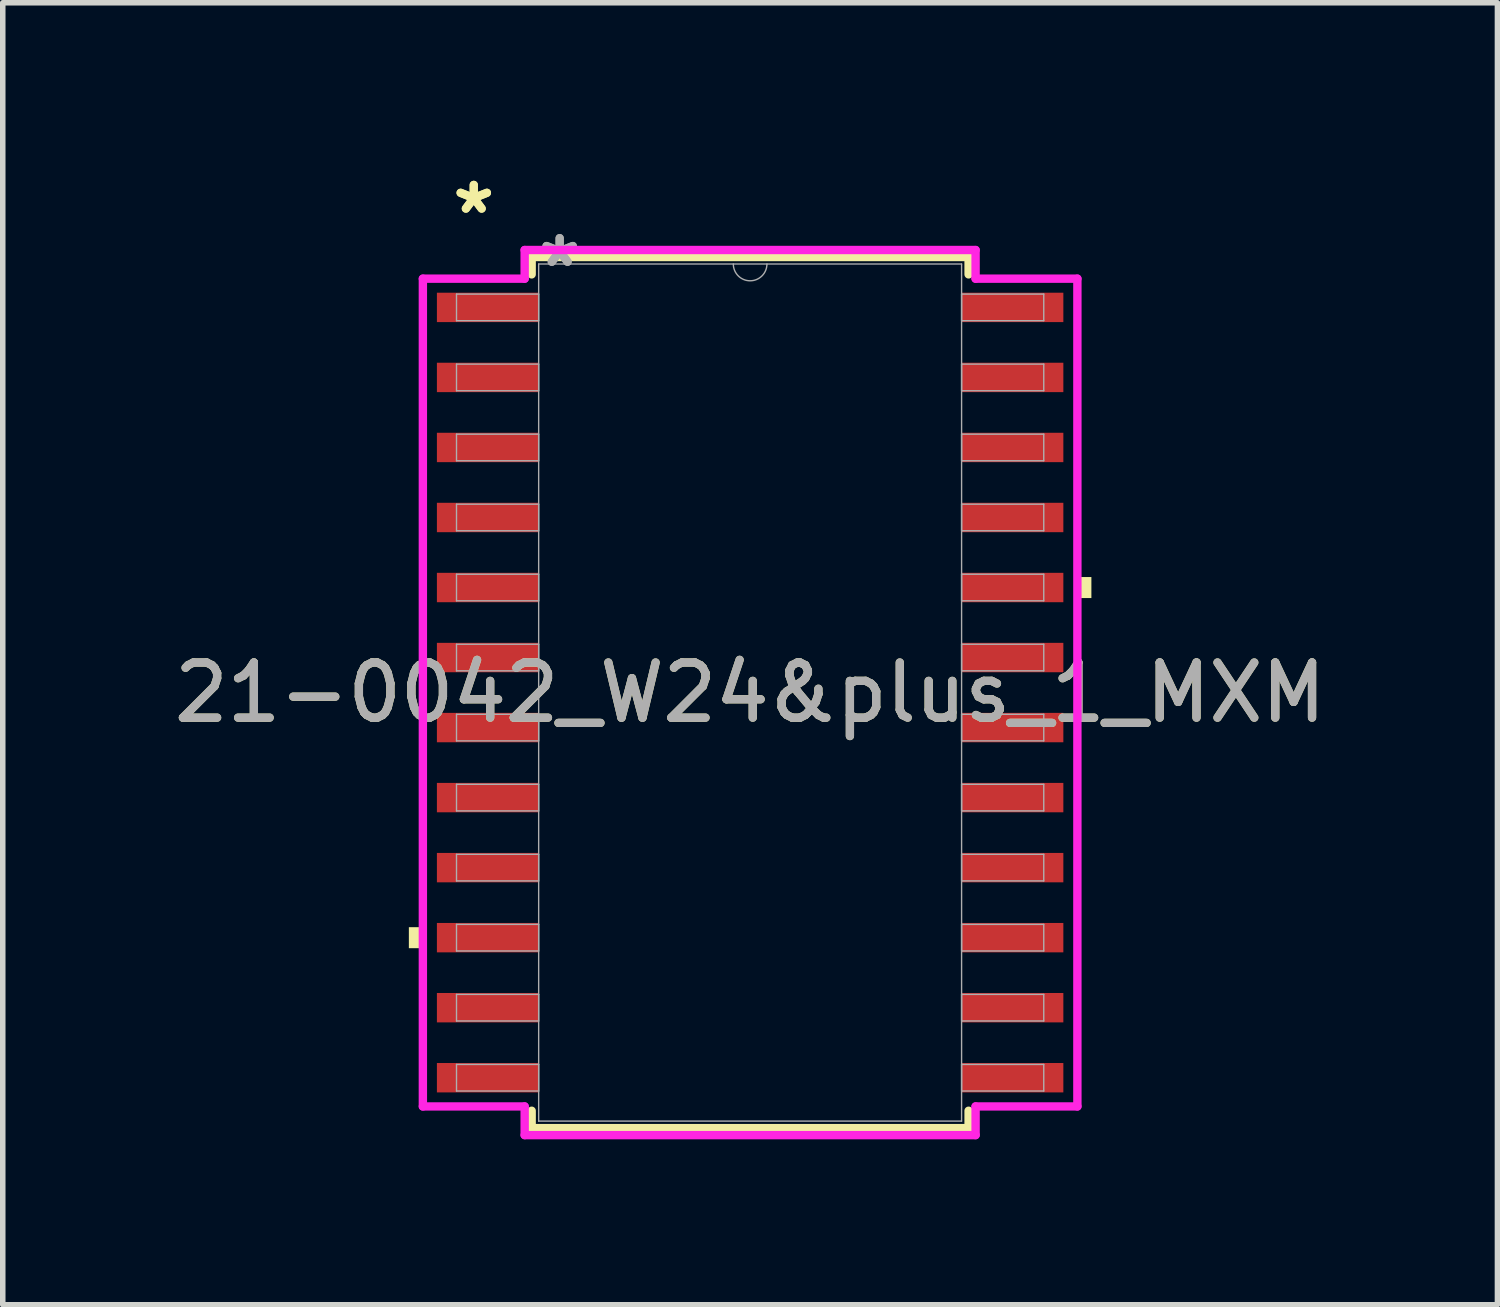
<source format=kicad_pcb>
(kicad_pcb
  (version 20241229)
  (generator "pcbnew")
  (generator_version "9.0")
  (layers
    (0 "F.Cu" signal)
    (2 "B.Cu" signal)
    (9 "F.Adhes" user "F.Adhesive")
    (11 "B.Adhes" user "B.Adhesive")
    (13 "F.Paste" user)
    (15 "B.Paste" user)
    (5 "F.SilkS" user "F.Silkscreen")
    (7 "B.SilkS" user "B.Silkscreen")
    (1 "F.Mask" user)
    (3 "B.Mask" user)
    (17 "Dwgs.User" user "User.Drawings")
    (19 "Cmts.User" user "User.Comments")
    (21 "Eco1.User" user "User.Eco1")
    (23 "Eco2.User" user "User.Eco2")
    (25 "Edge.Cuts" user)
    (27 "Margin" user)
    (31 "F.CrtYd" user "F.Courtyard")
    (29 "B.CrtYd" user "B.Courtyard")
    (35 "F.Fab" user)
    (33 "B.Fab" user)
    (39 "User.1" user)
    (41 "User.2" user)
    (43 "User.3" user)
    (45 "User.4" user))
  (footprint "21-0042_W24&plus_1_MXM"
    (layer "F.Cu")
    (at 10.554 9.51)
    (property "Reference" "21-0042_W24&plus_1_MXM" (at 0 0 0) (unlocked yes) (layer "F.SilkS") (effects (font (size 1 1) (thickness 0.15))))
    (attr smd)
    (fp_line (start -3.962 -7.899) (end -3.962 -7.584) (stroke (width 0.152) (type solid)) (layer "F.SilkS"))
    (fp_line (start -3.962 7.584) (end -3.962 7.899) (stroke (width 0.152) (type solid)) (layer "F.SilkS"))
    (fp_line (start -3.962 7.899) (end 3.962 7.899) (stroke (width 0.152) (type solid)) (layer "F.SilkS"))
    (fp_line (start 3.962 -7.899) (end -3.962 -7.899) (stroke (width 0.152) (type solid)) (layer "F.SilkS"))
    (fp_line (start 3.962 -7.584) (end 3.962 -7.899) (stroke (width 0.152) (type solid)) (layer "F.SilkS"))
    (fp_line (start 3.962 7.899) (end 3.962 7.584) (stroke (width 0.152) (type solid)) (layer "F.SilkS"))
    (fp_poly (pts (xy -6.189 4.255) (xy -6.189 4.636) (xy -5.935 4.636) (xy -5.935 4.255)) (stroke (width 0) (type solid)) (fill yes) (layer "F.SilkS"))
    (fp_poly (pts (xy 6.189 -2.095) (xy 6.189 -1.714) (xy 5.935 -1.714) (xy 5.935 -2.095)) (stroke (width 0) (type solid)) (fill yes) (layer "F.SilkS"))
    (fp_line (start -5.935 -7.506) (end -4.089 -7.506) (stroke (width 0.152) (type solid)) (layer "F.CrtYd"))
    (fp_line (start -5.935 7.506) (end -5.935 -7.506) (stroke (width 0.152) (type solid)) (layer "F.CrtYd"))
    (fp_line (start -5.935 7.506) (end -4.089 7.506) (stroke (width 0.152) (type solid)) (layer "F.CrtYd"))
    (fp_line (start -4.089 -8.026) (end 4.089 -8.026) (stroke (width 0.152) (type solid)) (layer "F.CrtYd"))
    (fp_line (start -4.089 -7.506) (end -4.089 -8.026) (stroke (width 0.152) (type solid)) (layer "F.CrtYd"))
    (fp_line (start -4.089 8.026) (end -4.089 7.506) (stroke (width 0.152) (type solid)) (layer "F.CrtYd"))
    (fp_line (start 4.089 -8.026) (end 4.089 -7.506) (stroke (width 0.152) (type solid)) (layer "F.CrtYd"))
    (fp_line (start 4.089 7.506) (end 4.089 8.026) (stroke (width 0.152) (type solid)) (layer "F.CrtYd"))
    (fp_line (start 4.089 8.026) (end -4.089 8.026) (stroke (width 0.152) (type solid)) (layer "F.CrtYd"))
    (fp_line (start 5.935 -7.506) (end 4.089 -7.506) (stroke (width 0.152) (type solid)) (layer "F.CrtYd"))
    (fp_line (start 5.935 -7.506) (end 5.935 7.506) (stroke (width 0.152) (type solid)) (layer "F.CrtYd"))
    (fp_line (start 5.935 7.506) (end 4.089 7.506) (stroke (width 0.152) (type solid)) (layer "F.CrtYd"))
    (fp_line (start -5.325 -7.226) (end -5.325 -6.744) (stroke (width 0.025) (type solid)) (layer "F.Fab"))
    (fp_line (start -5.325 -6.744) (end -3.835 -6.744) (stroke (width 0.025) (type solid)) (layer "F.Fab"))
    (fp_line (start -5.325 -5.956) (end -5.325 -5.474) (stroke (width 0.025) (type solid)) (layer "F.Fab"))
    (fp_line (start -5.325 -5.474) (end -3.835 -5.474) (stroke (width 0.025) (type solid)) (layer "F.Fab"))
    (fp_line (start -5.325 -4.686) (end -5.325 -4.204) (stroke (width 0.025) (type solid)) (layer "F.Fab"))
    (fp_line (start -5.325 -4.204) (end -3.835 -4.204) (stroke (width 0.025) (type solid)) (layer "F.Fab"))
    (fp_line (start -5.325 -3.416) (end -5.325 -2.934) (stroke (width 0.025) (type solid)) (layer "F.Fab"))
    (fp_line (start -5.325 -2.934) (end -3.835 -2.934) (stroke (width 0.025) (type solid)) (layer "F.Fab"))
    (fp_line (start -5.325 -2.146) (end -5.325 -1.664) (stroke (width 0.025) (type solid)) (layer "F.Fab"))
    (fp_line (start -5.325 -1.664) (end -3.835 -1.664) (stroke (width 0.025) (type solid)) (layer "F.Fab"))
    (fp_line (start -5.325 -0.876) (end -5.325 -0.394) (stroke (width 0.025) (type solid)) (layer "F.Fab"))
    (fp_line (start -5.325 -0.394) (end -3.835 -0.394) (stroke (width 0.025) (type solid)) (layer "F.Fab"))
    (fp_line (start -5.325 0.394) (end -5.325 0.876) (stroke (width 0.025) (type solid)) (layer "F.Fab"))
    (fp_line (start -5.325 0.876) (end -3.835 0.876) (stroke (width 0.025) (type solid)) (layer "F.Fab"))
    (fp_line (start -5.325 1.664) (end -5.325 2.146) (stroke (width 0.025) (type solid)) (layer "F.Fab"))
    (fp_line (start -5.325 2.146) (end -3.835 2.146) (stroke (width 0.025) (type solid)) (layer "F.Fab"))
    (fp_line (start -5.325 2.934) (end -5.325 3.416) (stroke (width 0.025) (type solid)) (layer "F.Fab"))
    (fp_line (start -5.325 3.416) (end -3.835 3.416) (stroke (width 0.025) (type solid)) (layer "F.Fab"))
    (fp_line (start -5.325 4.204) (end -5.325 4.686) (stroke (width 0.025) (type solid)) (layer "F.Fab"))
    (fp_line (start -5.325 4.686) (end -3.835 4.686) (stroke (width 0.025) (type solid)) (layer "F.Fab"))
    (fp_line (start -5.325 5.474) (end -5.325 5.956) (stroke (width 0.025) (type solid)) (layer "F.Fab"))
    (fp_line (start -5.325 5.956) (end -3.835 5.956) (stroke (width 0.025) (type solid)) (layer "F.Fab"))
    (fp_line (start -5.325 6.744) (end -5.325 7.226) (stroke (width 0.025) (type solid)) (layer "F.Fab"))
    (fp_line (start -5.325 7.226) (end -3.835 7.226) (stroke (width 0.025) (type solid)) (layer "F.Fab"))
    (fp_line (start -3.835 -7.772) (end -3.835 7.772) (stroke (width 0.025) (type solid)) (layer "F.Fab"))
    (fp_line (start -3.835 -7.226) (end -5.325 -7.226) (stroke (width 0.025) (type solid)) (layer "F.Fab"))
    (fp_line (start -3.835 -6.744) (end -3.835 -7.226) (stroke (width 0.025) (type solid)) (layer "F.Fab"))
    (fp_line (start -3.835 -5.956) (end -5.325 -5.956) (stroke (width 0.025) (type solid)) (layer "F.Fab"))
    (fp_line (start -3.835 -5.474) (end -3.835 -5.956) (stroke (width 0.025) (type solid)) (layer "F.Fab"))
    (fp_line (start -3.835 -4.686) (end -5.325 -4.686) (stroke (width 0.025) (type solid)) (layer "F.Fab"))
    (fp_line (start -3.835 -4.204) (end -3.835 -4.686) (stroke (width 0.025) (type solid)) (layer "F.Fab"))
    (fp_line (start -3.835 -3.416) (end -5.325 -3.416) (stroke (width 0.025) (type solid)) (layer "F.Fab"))
    (fp_line (start -3.835 -2.934) (end -3.835 -3.416) (stroke (width 0.025) (type solid)) (layer "F.Fab"))
    (fp_line (start -3.835 -2.146) (end -5.325 -2.146) (stroke (width 0.025) (type solid)) (layer "F.Fab"))
    (fp_line (start -3.835 -1.664) (end -3.835 -2.146) (stroke (width 0.025) (type solid)) (layer "F.Fab"))
    (fp_line (start -3.835 -0.876) (end -5.325 -0.876) (stroke (width 0.025) (type solid)) (layer "F.Fab"))
    (fp_line (start -3.835 -0.394) (end -3.835 -0.876) (stroke (width 0.025) (type solid)) (layer "F.Fab"))
    (fp_line (start -3.835 0.394) (end -5.325 0.394) (stroke (width 0.025) (type solid)) (layer "F.Fab"))
    (fp_line (start -3.835 0.876) (end -3.835 0.394) (stroke (width 0.025) (type solid)) (layer "F.Fab"))
    (fp_line (start -3.835 1.664) (end -5.325 1.664) (stroke (width 0.025) (type solid)) (layer "F.Fab"))
    (fp_line (start -3.835 2.146) (end -3.835 1.664) (stroke (width 0.025) (type solid)) (layer "F.Fab"))
    (fp_line (start -3.835 2.934) (end -5.325 2.934) (stroke (width 0.025) (type solid)) (layer "F.Fab"))
    (fp_line (start -3.835 3.416) (end -3.835 2.934) (stroke (width 0.025) (type solid)) (layer "F.Fab"))
    (fp_line (start -3.835 4.204) (end -5.325 4.204) (stroke (width 0.025) (type solid)) (layer "F.Fab"))
    (fp_line (start -3.835 4.686) (end -3.835 4.204) (stroke (width 0.025) (type solid)) (layer "F.Fab"))
    (fp_line (start -3.835 5.474) (end -5.325 5.474) (stroke (width 0.025) (type solid)) (layer "F.Fab"))
    (fp_line (start -3.835 5.956) (end -3.835 5.474) (stroke (width 0.025) (type solid)) (layer "F.Fab"))
    (fp_line (start -3.835 6.744) (end -5.325 6.744) (stroke (width 0.025) (type solid)) (layer "F.Fab"))
    (fp_line (start -3.835 7.226) (end -3.835 6.744) (stroke (width 0.025) (type solid)) (layer "F.Fab"))
    (fp_line (start -3.835 7.772) (end 3.835 7.772) (stroke (width 0.025) (type solid)) (layer "F.Fab"))
    (fp_line (start 3.835 -7.772) (end -3.835 -7.772) (stroke (width 0.025) (type solid)) (layer "F.Fab"))
    (fp_line (start 3.835 -7.226) (end 3.835 -6.744) (stroke (width 0.025) (type solid)) (layer "F.Fab"))
    (fp_line (start 3.835 -6.744) (end 5.325 -6.744) (stroke (width 0.025) (type solid)) (layer "F.Fab"))
    (fp_line (start 3.835 -5.956) (end 3.835 -5.474) (stroke (width 0.025) (type solid)) (layer "F.Fab"))
    (fp_line (start 3.835 -5.474) (end 5.325 -5.474) (stroke (width 0.025) (type solid)) (layer "F.Fab"))
    (fp_line (start 3.835 -4.686) (end 3.835 -4.204) (stroke (width 0.025) (type solid)) (layer "F.Fab"))
    (fp_line (start 3.835 -4.204) (end 5.325 -4.204) (stroke (width 0.025) (type solid)) (layer "F.Fab"))
    (fp_line (start 3.835 -3.416) (end 3.835 -2.934) (stroke (width 0.025) (type solid)) (layer "F.Fab"))
    (fp_line (start 3.835 -2.934) (end 5.325 -2.934) (stroke (width 0.025) (type solid)) (layer "F.Fab"))
    (fp_line (start 3.835 -2.146) (end 3.835 -1.664) (stroke (width 0.025) (type solid)) (layer "F.Fab"))
    (fp_line (start 3.835 -1.664) (end 5.325 -1.664) (stroke (width 0.025) (type solid)) (layer "F.Fab"))
    (fp_line (start 3.835 -0.876) (end 3.835 -0.394) (stroke (width 0.025) (type solid)) (layer "F.Fab"))
    (fp_line (start 3.835 -0.394) (end 5.325 -0.394) (stroke (width 0.025) (type solid)) (layer "F.Fab"))
    (fp_line (start 3.835 0.394) (end 3.835 0.876) (stroke (width 0.025) (type solid)) (layer "F.Fab"))
    (fp_line (start 3.835 0.876) (end 5.325 0.876) (stroke (width 0.025) (type solid)) (layer "F.Fab"))
    (fp_line (start 3.835 1.664) (end 3.835 2.146) (stroke (width 0.025) (type solid)) (layer "F.Fab"))
    (fp_line (start 3.835 2.146) (end 5.325 2.146) (stroke (width 0.025) (type solid)) (layer "F.Fab"))
    (fp_line (start 3.835 2.934) (end 3.835 3.416) (stroke (width 0.025) (type solid)) (layer "F.Fab"))
    (fp_line (start 3.835 3.416) (end 5.325 3.416) (stroke (width 0.025) (type solid)) (layer "F.Fab"))
    (fp_line (start 3.835 4.204) (end 3.835 4.686) (stroke (width 0.025) (type solid)) (layer "F.Fab"))
    (fp_line (start 3.835 4.686) (end 5.325 4.686) (stroke (width 0.025) (type solid)) (layer "F.Fab"))
    (fp_line (start 3.835 5.474) (end 3.835 5.956) (stroke (width 0.025) (type solid)) (layer "F.Fab"))
    (fp_line (start 3.835 5.956) (end 5.325 5.956) (stroke (width 0.025) (type solid)) (layer "F.Fab"))
    (fp_line (start 3.835 6.744) (end 3.835 7.226) (stroke (width 0.025) (type solid)) (layer "F.Fab"))
    (fp_line (start 3.835 7.226) (end 5.325 7.226) (stroke (width 0.025) (type solid)) (layer "F.Fab"))
    (fp_line (start 3.835 7.772) (end 3.835 -7.772) (stroke (width 0.025) (type solid)) (layer "F.Fab"))
    (fp_line (start 5.325 -7.226) (end 3.835 -7.226) (stroke (width 0.025) (type solid)) (layer "F.Fab"))
    (fp_line (start 5.325 -6.744) (end 5.325 -7.226) (stroke (width 0.025) (type solid)) (layer "F.Fab"))
    (fp_line (start 5.325 -5.956) (end 3.835 -5.956) (stroke (width 0.025) (type solid)) (layer "F.Fab"))
    (fp_line (start 5.325 -5.474) (end 5.325 -5.956) (stroke (width 0.025) (type solid)) (layer "F.Fab"))
    (fp_line (start 5.325 -4.686) (end 3.835 -4.686) (stroke (width 0.025) (type solid)) (layer "F.Fab"))
    (fp_line (start 5.325 -4.204) (end 5.325 -4.686) (stroke (width 0.025) (type solid)) (layer "F.Fab"))
    (fp_line (start 5.325 -3.416) (end 3.835 -3.416) (stroke (width 0.025) (type solid)) (layer "F.Fab"))
    (fp_line (start 5.325 -2.934) (end 5.325 -3.416) (stroke (width 0.025) (type solid)) (layer "F.Fab"))
    (fp_line (start 5.325 -2.146) (end 3.835 -2.146) (stroke (width 0.025) (type solid)) (layer "F.Fab"))
    (fp_line (start 5.325 -1.664) (end 5.325 -2.146) (stroke (width 0.025) (type solid)) (layer "F.Fab"))
    (fp_line (start 5.325 -0.876) (end 3.835 -0.876) (stroke (width 0.025) (type solid)) (layer "F.Fab"))
    (fp_line (start 5.325 -0.394) (end 5.325 -0.876) (stroke (width 0.025) (type solid)) (layer "F.Fab"))
    (fp_line (start 5.325 0.394) (end 3.835 0.394) (stroke (width 0.025) (type solid)) (layer "F.Fab"))
    (fp_line (start 5.325 0.876) (end 5.325 0.394) (stroke (width 0.025) (type solid)) (layer "F.Fab"))
    (fp_line (start 5.325 1.664) (end 3.835 1.664) (stroke (width 0.025) (type solid)) (layer "F.Fab"))
    (fp_line (start 5.325 2.146) (end 5.325 1.664) (stroke (width 0.025) (type solid)) (layer "F.Fab"))
    (fp_line (start 5.325 2.934) (end 3.835 2.934) (stroke (width 0.025) (type solid)) (layer "F.Fab"))
    (fp_line (start 5.325 3.416) (end 5.325 2.934) (stroke (width 0.025) (type solid)) (layer "F.Fab"))
    (fp_line (start 5.325 4.204) (end 3.835 4.204) (stroke (width 0.025) (type solid)) (layer "F.Fab"))
    (fp_line (start 5.325 4.686) (end 5.325 4.204) (stroke (width 0.025) (type solid)) (layer "F.Fab"))
    (fp_line (start 5.325 5.474) (end 3.835 5.474) (stroke (width 0.025) (type solid)) (layer "F.Fab"))
    (fp_line (start 5.325 5.956) (end 5.325 5.474) (stroke (width 0.025) (type solid)) (layer "F.Fab"))
    (fp_line (start 5.325 6.744) (end 3.835 6.744) (stroke (width 0.025) (type solid)) (layer "F.Fab"))
    (fp_line (start 5.325 7.226) (end 5.325 6.744) (stroke (width 0.025) (type solid)) (layer "F.Fab"))
    (fp_arc (start 0.3048 -7.7724) (mid 0 -7.4676) (end -0.3048 -7.7724) (stroke (width 0.0254) (type solid)) (layer "F.Fab"))
    (fp_text user "*" (at -5.012 -8.661 0) (unlocked yes) (layer "F.SilkS") (effects (font (size 1 1) (thickness 0.15))))
    (fp_text user "*" (at -5.012 -8.661 0) (layer "F.SilkS") (effects (font (size 1 1) (thickness 0.15))))
    (fp_text user "${REFERENCE}" (at 0 0 0) (unlocked yes) (layer "F.Fab") (effects (font (size 1 1) (thickness 0.15))))
    (fp_text user "*" (at -3.454 -7.696 0) (layer "F.Fab") (effects (font (size 1 1) (thickness 0.15))))
    (fp_text user "*" (at -3.454 -7.696 0) (unlocked yes) (layer "F.Fab") (effects (font (size 1 1) (thickness 0.15))))
    (pad "1" smd rect (at -4.758 -6.985) (size 1.845 0.533) (layers "F.Cu" "F.Mask" "F.Paste"))
    (pad "2" smd rect (at -4.758 -5.715) (size 1.845 0.533) (layers "F.Cu" "F.Mask" "F.Paste"))
    (pad "3" smd rect (at -4.758 -4.445) (size 1.845 0.533) (layers "F.Cu" "F.Mask" "F.Paste"))
    (pad "4" smd rect (at -4.758 -3.175) (size 1.845 0.533) (layers "F.Cu" "F.Mask" "F.Paste"))
    (pad "5" smd rect (at -4.758 -1.905) (size 1.845 0.533) (layers "F.Cu" "F.Mask" "F.Paste"))
    (pad "6" smd rect (at -4.758 -0.635) (size 1.845 0.533) (layers "F.Cu" "F.Mask" "F.Paste"))
    (pad "7" smd rect (at -4.758 0.635) (size 1.845 0.533) (layers "F.Cu" "F.Mask" "F.Paste"))
    (pad "8" smd rect (at -4.758 1.905) (size 1.845 0.533) (layers "F.Cu" "F.Mask" "F.Paste"))
    (pad "9" smd rect (at -4.758 3.175) (size 1.845 0.533) (layers "F.Cu" "F.Mask" "F.Paste"))
    (pad "10" smd rect (at -4.758 4.445) (size 1.845 0.533) (layers "F.Cu" "F.Mask" "F.Paste"))
    (pad "11" smd rect (at -4.758 5.715) (size 1.845 0.533) (layers "F.Cu" "F.Mask" "F.Paste"))
    (pad "12" smd rect (at -4.758 6.985) (size 1.845 0.533) (layers "F.Cu" "F.Mask" "F.Paste"))
    (pad "13" smd rect (at 4.758 6.985) (size 1.845 0.533) (layers "F.Cu" "F.Mask" "F.Paste"))
    (pad "14" smd rect (at 4.758 5.715) (size 1.845 0.533) (layers "F.Cu" "F.Mask" "F.Paste"))
    (pad "15" smd rect (at 4.758 4.445) (size 1.845 0.533) (layers "F.Cu" "F.Mask" "F.Paste"))
    (pad "16" smd rect (at 4.758 3.175) (size 1.845 0.533) (layers "F.Cu" "F.Mask" "F.Paste"))
    (pad "17" smd rect (at 4.758 1.905) (size 1.845 0.533) (layers "F.Cu" "F.Mask" "F.Paste"))
    (pad "18" smd rect (at 4.758 0.635) (size 1.845 0.533) (layers "F.Cu" "F.Mask" "F.Paste"))
    (pad "19" smd rect (at 4.758 -0.635) (size 1.845 0.533) (layers "F.Cu" "F.Mask" "F.Paste"))
    (pad "20" smd rect (at 4.758 -1.905) (size 1.845 0.533) (layers "F.Cu" "F.Mask" "F.Paste"))
    (pad "21" smd rect (at 4.758 -3.175) (size 1.845 0.533) (layers "F.Cu" "F.Mask" "F.Paste"))
    (pad "22" smd rect (at 4.758 -4.445) (size 1.845 0.533) (layers "F.Cu" "F.Mask" "F.Paste"))
    (pad "23" smd rect (at 4.758 -5.715) (size 1.845 0.533) (layers "F.Cu" "F.Mask" "F.Paste"))
    (pad "24" smd rect (at 4.758 -6.985) (size 1.845 0.533) (layers "F.Cu" "F.Mask" "F.Paste")))
  (gr_rect
    (start -3 -3)
    (end 24.107 20.612)
    (stroke (width 0.1) (type default))
    (fill no)
    (layer "Edge.Cuts")))
</source>
